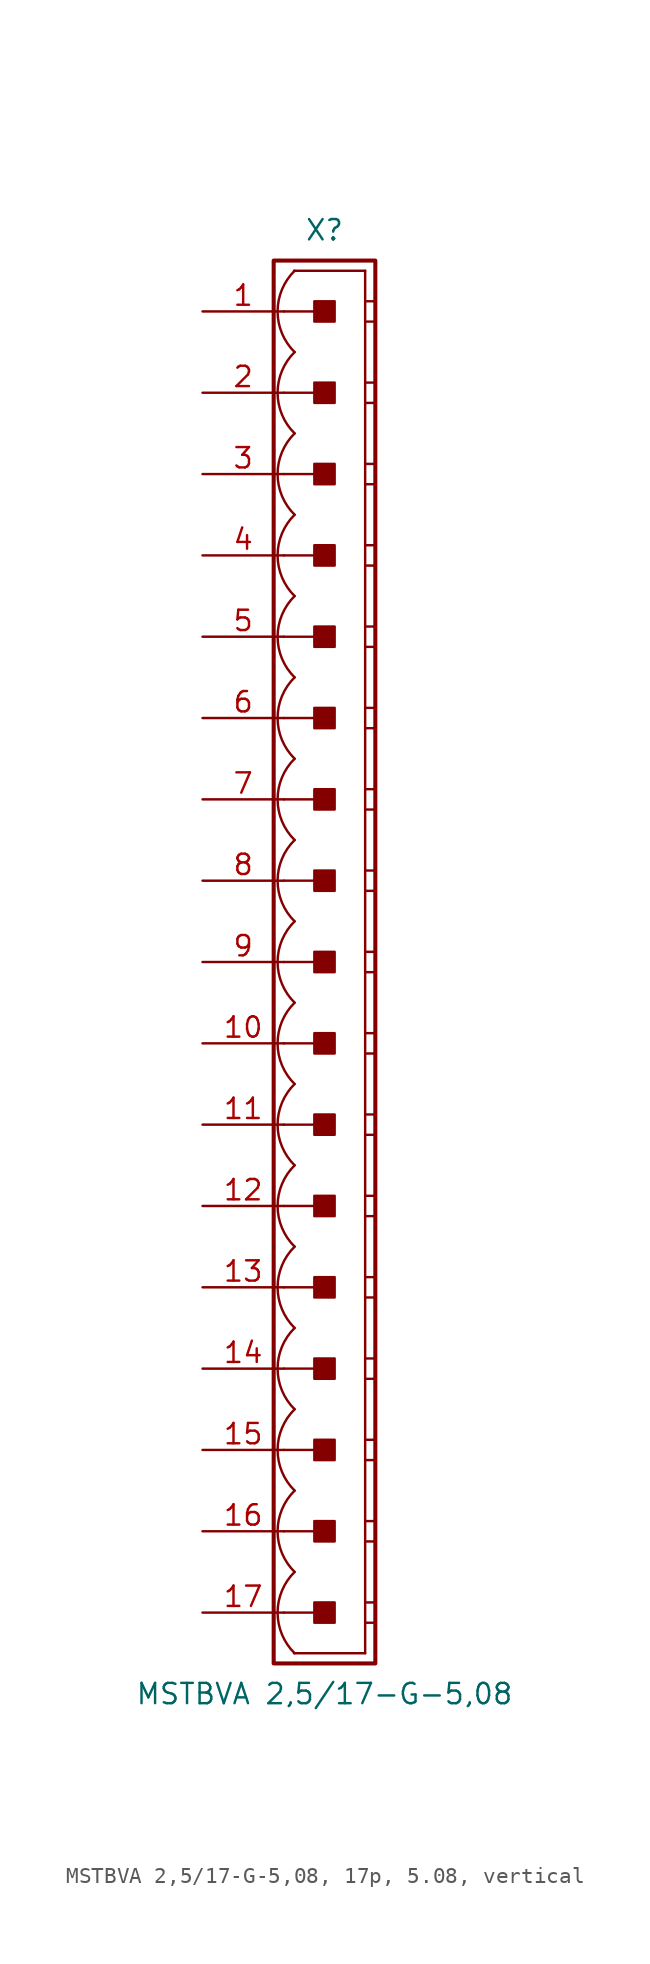
<source format=kicad_sym>
(kicad_symbol_lib
  (version 20241209)
  (generator "kicad_symbol_editor")
  (generator_version "9.0")
  (symbol "MSTBVA 2,5/17-G-5,08, 17p, 5.08, vertical"
    (pin_names
      (offset 1.016)
      (hide yes))
    (property "Reference" "X"
      (at 0 45.72 0)
      (effects (font (size 1.27 1.27))))
    (property "Value" "MSTBVA 2,5/17-G-5,08"
      (at 0 -45.72 0)
      (effects (font (size 1.27 1.27))))
    (property "Label" ""
      (at 0 0 0)
      (effects (font (size 1.27 1.27) (thickness 0.254) (bold yes))))
    (symbol "MSTBVA 2,5/17-G-5,08, 17p, 5.08, vertical_0_1"
      (polyline (pts (xy 2.54 43.18) (xy -1.905 43.18)) (stroke (width 0.152) (type default)) (fill (type none)))
      (polyline (pts (xy 2.54 43.18) (xy 2.54 -43.18)) (stroke (width 0.152) (type default)) (fill (type none)))
      (polyline (pts (xy 2.54 41.275) (xy 3.175 41.275)) (stroke (width 0.152) (type default)) (fill (type none)))
      (polyline (pts (xy 2.54 40.005) (xy 3.175 40.005)) (stroke (width 0.152) (type default)) (fill (type none)))
      (polyline (pts (xy 2.54 36.195) (xy 3.175 36.195)) (stroke (width 0.152) (type default)) (fill (type none)))
      (polyline (pts (xy 2.54 34.925) (xy 3.175 34.925)) (stroke (width 0.152) (type default)) (fill (type none)))
      (polyline (pts (xy 2.54 31.115) (xy 3.175 31.115)) (stroke (width 0.152) (type default)) (fill (type none)))
      (polyline (pts (xy 2.54 29.845) (xy 3.175 29.845)) (stroke (width 0.152) (type default)) (fill (type none)))
      (polyline (pts (xy 2.54 26.035) (xy 3.175 26.035)) (stroke (width 0.152) (type default)) (fill (type none)))
      (polyline (pts (xy 2.54 24.765) (xy 3.175 24.765)) (stroke (width 0.152) (type default)) (fill (type none)))
      (polyline (pts (xy 2.54 20.955) (xy 3.175 20.955)) (stroke (width 0.152) (type default)) (fill (type none)))
      (polyline (pts (xy 2.54 19.685) (xy 3.175 19.685)) (stroke (width 0.152) (type default)) (fill (type none)))
      (polyline (pts (xy 2.54 15.875) (xy 3.175 15.875)) (stroke (width 0.152) (type default)) (fill (type none)))
      (polyline (pts (xy 2.54 14.605) (xy 3.175 14.605)) (stroke (width 0.152) (type default)) (fill (type none)))
      (polyline (pts (xy 2.54 10.795) (xy 3.175 10.795)) (stroke (width 0.152) (type default)) (fill (type none)))
      (polyline (pts (xy 2.54 9.525) (xy 3.175 9.525)) (stroke (width 0.152) (type default)) (fill (type none)))
      (polyline (pts (xy 2.54 5.715) (xy 3.175 5.715)) (stroke (width 0.152) (type default)) (fill (type none)))
      (polyline (pts (xy 2.54 4.445) (xy 3.175 4.445)) (stroke (width 0.152) (type default)) (fill (type none)))
      (polyline (pts (xy 2.54 0.635) (xy 3.175 0.635)) (stroke (width 0.152) (type default)) (fill (type none)))
      (polyline (pts (xy 2.54 -0.635) (xy 3.175 -0.635)) (stroke (width 0.152) (type default)) (fill (type none)))
      (polyline (pts (xy 2.54 -4.445) (xy 3.175 -4.445)) (stroke (width 0.152) (type default)) (fill (type none)))
      (polyline (pts (xy 2.54 -5.715) (xy 3.175 -5.715)) (stroke (width 0.152) (type default)) (fill (type none)))
      (polyline (pts (xy 2.54 -9.525) (xy 3.175 -9.525)) (stroke (width 0.152) (type default)) (fill (type none)))
      (polyline (pts (xy 2.54 -10.795) (xy 3.175 -10.795)) (stroke (width 0.152) (type default)) (fill (type none)))
      (polyline (pts (xy 2.54 -14.605) (xy 3.175 -14.605)) (stroke (width 0.152) (type default)) (fill (type none)))
      (polyline (pts (xy 2.54 -15.875) (xy 3.175 -15.875)) (stroke (width 0.152) (type default)) (fill (type none)))
      (polyline (pts (xy 2.54 -19.685) (xy 3.175 -19.685)) (stroke (width 0.152) (type default)) (fill (type none)))
      (polyline (pts (xy 2.54 -20.955) (xy 3.175 -20.955)) (stroke (width 0.152) (type default)) (fill (type none)))
      (polyline (pts (xy 2.54 -24.765) (xy 3.175 -24.765)) (stroke (width 0.152) (type default)) (fill (type none)))
      (polyline (pts (xy 2.54 -26.035) (xy 3.175 -26.035)) (stroke (width 0.152) (type default)) (fill (type none)))
      (polyline (pts (xy 2.54 -29.845) (xy 3.175 -29.845)) (stroke (width 0.152) (type default)) (fill (type none)))
      (polyline (pts (xy 2.54 -31.115) (xy 3.175 -31.115)) (stroke (width 0.152) (type default)) (fill (type none)))
      (polyline (pts (xy 2.54 -34.925) (xy 3.175 -34.925)) (stroke (width 0.152) (type default)) (fill (type none)))
      (polyline (pts (xy 2.54 -36.195) (xy 3.175 -36.195)) (stroke (width 0.152) (type default)) (fill (type none)))
      (polyline (pts (xy 2.54 -40.005) (xy 3.175 -40.005)) (stroke (width 0.152) (type default)) (fill (type none)))
      (polyline (pts (xy 2.54 -41.275) (xy 3.175 -41.275)) (stroke (width 0.152) (type default)) (fill (type none)))
      (polyline (pts (xy 2.54 -43.18) (xy -1.905 -43.18)) (stroke (width 0.152) (type default)) (fill (type none))))
    (symbol "MSTBVA 2,5/17-G-5,08, 17p, 5.08, vertical_1_0"
      (polyline (pts (xy -2.54 40.64) (xy 0 40.64)) (stroke (width 0.152) (type default)) (fill (type none)))
      (polyline (pts (xy -2.54 35.56) (xy 0 35.56)) (stroke (width 0.152) (type default)) (fill (type none)))
      (polyline (pts (xy -2.54 30.48) (xy 0 30.48)) (stroke (width 0.152) (type default)) (fill (type none)))
      (polyline (pts (xy -2.54 25.4) (xy 0 25.4)) (stroke (width 0.152) (type default)) (fill (type none)))
      (polyline (pts (xy -2.54 20.32) (xy 0 20.32)) (stroke (width 0.152) (type default)) (fill (type none)))
      (polyline (pts (xy -2.54 15.24) (xy 0 15.24)) (stroke (width 0.152) (type default)) (fill (type none)))
      (polyline (pts (xy -2.54 10.16) (xy 0 10.16)) (stroke (width 0.152) (type default)) (fill (type none)))
      (polyline (pts (xy -2.54 5.08) (xy 0 5.08)) (stroke (width 0.152) (type default)) (fill (type none)))
      (polyline (pts (xy -2.54 0) (xy 0 0)) (stroke (width 0.152) (type default)) (fill (type none)))
      (polyline (pts (xy -2.54 -5.08) (xy 0 -5.08)) (stroke (width 0.152) (type default)) (fill (type none)))
      (polyline (pts (xy -2.54 -10.16) (xy 0 -10.16)) (stroke (width 0.152) (type default)) (fill (type none)))
      (polyline (pts (xy -2.54 -15.24) (xy 0 -15.24)) (stroke (width 0.152) (type default)) (fill (type none)))
      (polyline (pts (xy -2.54 -20.32) (xy 0 -20.32)) (stroke (width 0.152) (type default)) (fill (type none)))
      (polyline (pts (xy -2.54 -25.4) (xy 0 -25.4)) (stroke (width 0.152) (type default)) (fill (type none)))
      (polyline (pts (xy -2.54 -30.48) (xy 0 -30.48)) (stroke (width 0.152) (type default)) (fill (type none)))
      (polyline (pts (xy -2.54 -35.56) (xy 0 -35.56)) (stroke (width 0.152) (type default)) (fill (type none)))
      (polyline (pts (xy -2.54 -40.64) (xy 0 -40.64)) (stroke (width 0.152) (type default)) (fill (type none))))
    (symbol "MSTBVA 2,5/17-G-5,08, 17p, 5.08, vertical_1_1"
      (rectangle (start -3.175 43.815) (end 3.175 -43.815) (stroke (width 0.254) (type default)) (fill (type none)))
      (rectangle (start -0.635 40.005) (end 0.635 41.275) (stroke (width 0.152) (type default)) (fill (type outline)))
      (rectangle (start -0.635 34.925) (end 0.635 36.195) (stroke (width 0.152) (type default)) (fill (type outline)))
      (rectangle (start -0.635 29.845) (end 0.635 31.115) (stroke (width 0.152) (type default)) (fill (type outline)))
      (rectangle (start -0.635 24.765) (end 0.635 26.035) (stroke (width 0.152) (type default)) (fill (type outline)))
      (rectangle (start -0.635 19.685) (end 0.635 20.955) (stroke (width 0.152) (type default)) (fill (type outline)))
      (rectangle (start -0.635 14.605) (end 0.635 15.875) (stroke (width 0.152) (type default)) (fill (type outline)))
      (rectangle (start -0.635 9.525) (end 0.635 10.795) (stroke (width 0.152) (type default)) (fill (type outline)))
      (rectangle (start -0.635 4.445) (end 0.635 5.715) (stroke (width 0.152) (type default)) (fill (type outline)))
      (rectangle (start -0.635 -0.635) (end 0.635 0.635) (stroke (width 0.152) (type default)) (fill (type outline)))
      (rectangle (start -0.635 -5.715) (end 0.635 -4.445) (stroke (width 0.152) (type default)) (fill (type outline)))
      (rectangle (start -0.635 -10.795) (end 0.635 -9.525) (stroke (width 0.152) (type default)) (fill (type outline)))
      (rectangle (start -0.635 -15.875) (end 0.635 -14.605) (stroke (width 0.152) (type default)) (fill (type outline)))
      (rectangle (start -0.635 -20.955) (end 0.635 -19.685) (stroke (width 0.152) (type default)) (fill (type outline)))
      (rectangle (start -0.635 -26.035) (end 0.635 -24.765) (stroke (width 0.152) (type default)) (fill (type outline)))
      (rectangle (start -0.635 -31.115) (end 0.635 -29.845) (stroke (width 0.152) (type default)) (fill (type outline)))
      (rectangle (start -0.635 -36.195) (end 0.635 -34.925) (stroke (width 0.152) (type default)) (fill (type outline)))
      (rectangle (start -0.635 -41.275) (end 0.635 -40.005) (stroke (width 0.152) (type default)) (fill (type outline)))
      (arc (start -1.8664 38.1) (mid -2.9299 40.64) (end -1.8664 43.18) (stroke (width 0.1524) (type default)) (fill (type none)))
      (arc (start -1.8664 33.02) (mid -2.9299 35.56) (end -1.8664 38.1) (stroke (width 0.1524) (type default)) (fill (type none)))
      (arc (start -1.8664 27.94) (mid -2.9299 30.48) (end -1.8664 33.02) (stroke (width 0.1524) (type default)) (fill (type none)))
      (arc (start -1.8664 22.86) (mid -2.9299 25.4) (end -1.8664 27.94) (stroke (width 0.1524) (type default)) (fill (type none)))
      (arc (start -1.8664 17.78) (mid -2.9299 20.32) (end -1.8664 22.86) (stroke (width 0.1524) (type default)) (fill (type none)))
      (arc (start -1.8664 12.7) (mid -2.9299 15.24) (end -1.8664 17.78) (stroke (width 0.1524) (type default)) (fill (type none)))
      (arc (start -1.8664 7.62) (mid -2.9299 10.16) (end -1.8664 12.7) (stroke (width 0.1524) (type default)) (fill (type none)))
      (arc (start -1.8664 2.54) (mid -2.9299 5.08) (end -1.8664 7.62) (stroke (width 0.1524) (type default)) (fill (type none)))
      (arc (start -1.8664 -2.54) (mid -2.9299 0) (end -1.8664 2.54) (stroke (width 0.1524) (type default)) (fill (type none)))
      (arc (start -1.8664 -7.62) (mid -2.9299 -5.08) (end -1.8664 -2.54) (stroke (width 0.1524) (type default)) (fill (type none)))
      (arc (start -1.8664 -12.7) (mid -2.9299 -10.16) (end -1.8664 -7.62) (stroke (width 0.1524) (type default)) (fill (type none)))
      (arc (start -1.8664 -17.78) (mid -2.9299 -15.24) (end -1.8664 -12.7) (stroke (width 0.1524) (type default)) (fill (type none)))
      (arc (start -1.8664 -22.86) (mid -2.9299 -20.32) (end -1.8664 -17.78) (stroke (width 0.1524) (type default)) (fill (type none)))
      (arc (start -1.8664 -27.94) (mid -2.9299 -25.4) (end -1.8664 -22.86) (stroke (width 0.1524) (type default)) (fill (type none)))
      (arc (start -1.8664 -33.02) (mid -2.9299 -30.48) (end -1.8664 -27.94) (stroke (width 0.1524) (type default)) (fill (type none)))
      (arc (start -1.8664 -38.1) (mid -2.9299 -35.56) (end -1.8664 -33.02) (stroke (width 0.1524) (type default)) (fill (type none)))
      (arc (start -1.8664 -43.18) (mid -2.9299 -40.64) (end -1.8664 -38.1) (stroke (width 0.1524) (type default)) (fill (type none)))
      (pin passive line (at -7.62 40.64 0) (length 5.08) (name "1" (effects (font (size 1.27 1.27)))) (number "1" (effects (font (size 1.27 1.27)))))
      (pin passive line (at -7.62 35.56 0) (length 5.08) (name "2" (effects (font (size 1.27 1.27)))) (number "2" (effects (font (size 1.27 1.27)))))
      (pin passive line (at -7.62 30.48 0) (length 5.08) (name "3" (effects (font (size 1.27 1.27)))) (number "3" (effects (font (size 1.27 1.27)))))
      (pin passive line (at -7.62 25.4 0) (length 5.08) (name "4" (effects (font (size 1.27 1.27)))) (number "4" (effects (font (size 1.27 1.27)))))
      (pin passive line (at -7.62 20.32 0) (length 5.08) (name "5" (effects (font (size 1.27 1.27)))) (number "5" (effects (font (size 1.27 1.27)))))
      (pin passive line (at -7.62 15.24 0) (length 5.08) (name "6" (effects (font (size 1.27 1.27)))) (number "6" (effects (font (size 1.27 1.27)))))
      (pin passive line (at -7.62 10.16 0) (length 5.08) (name "7" (effects (font (size 1.27 1.27)))) (number "7" (effects (font (size 1.27 1.27)))))
      (pin passive line (at -7.62 5.08 0) (length 5.08) (name "8" (effects (font (size 1.27 1.27)))) (number "8" (effects (font (size 1.27 1.27)))))
      (pin passive line (at -7.62 0 0) (length 5.08) (name "9" (effects (font (size 1.27 1.27)))) (number "9" (effects (font (size 1.27 1.27)))))
      (pin passive line (at -7.62 -5.08 0) (length 5.08) (name "10" (effects (font (size 1.27 1.27)))) (number "10" (effects (font (size 1.27 1.27)))))
      (pin passive line (at -7.62 -10.16 0) (length 5.08) (name "11" (effects (font (size 1.27 1.27)))) (number "11" (effects (font (size 1.27 1.27)))))
      (pin passive line (at -7.62 -15.24 0) (length 5.08) (name "12" (effects (font (size 1.27 1.27)))) (number "12" (effects (font (size 1.27 1.27)))))
      (pin passive line (at -7.62 -20.32 0) (length 5.08) (name "13" (effects (font (size 1.27 1.27)))) (number "13" (effects (font (size 1.27 1.27)))))
      (pin passive line (at -7.62 -25.4 0) (length 5.08) (name "14" (effects (font (size 1.27 1.27)))) (number "14" (effects (font (size 1.27 1.27)))))
      (pin passive line (at -7.62 -30.48 0) (length 5.08) (name "15" (effects (font (size 1.27 1.27)))) (number "15" (effects (font (size 1.27 1.27)))))
      (pin passive line (at -7.62 -35.56 0) (length 5.08) (name "16" (effects (font (size 1.27 1.27)))) (number "16" (effects (font (size 1.27 1.27)))))
      (pin passive line (at -7.62 -40.64 0) (length 5.08) (name "17" (effects (font (size 1.27 1.27)))) (number "17" (effects (font (size 1.27 1.27))))))))
</source>
